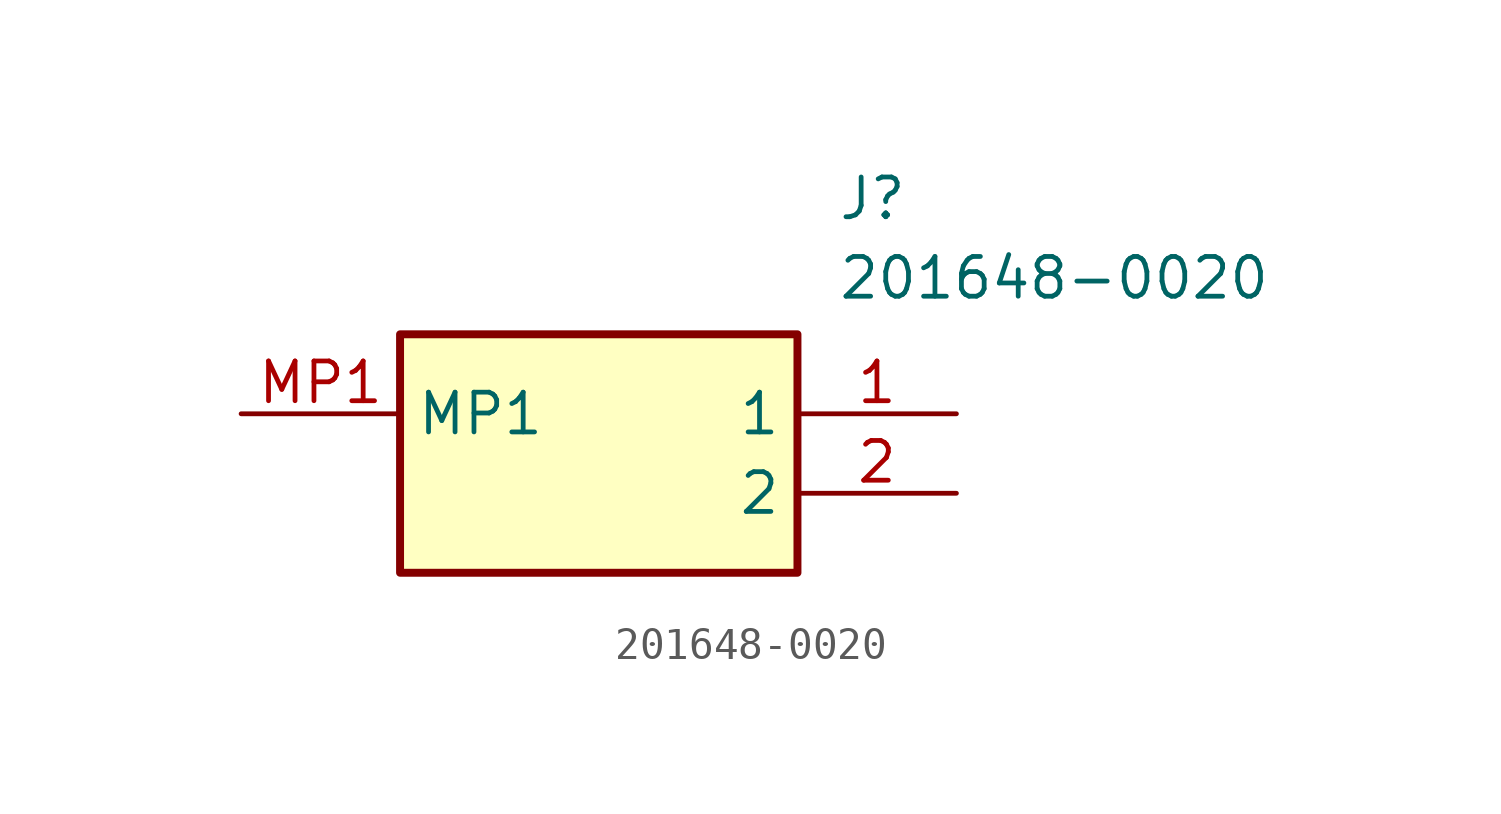
<source format=kicad_sym>
(kicad_symbol_lib
  (version 20211014)
  (generator SamacSys_ECAD_Model)
  (symbol "201648-0020"
    (property "Reference" "J"
      (at 19.05 7.62 0)
      (effects (font (size 1.27 1.27)) (justify left top)))
    (property "Value" "201648-0020"
      (at 19.05 5.08 0)
      (effects (font (size 1.27 1.27)) (justify left top)))
    (rectangle
      (start 5.08 2.54)
      (end 17.78 -5.08)
      (stroke (width 0.254) (type default))
      (fill (type background)))
    (pin passive line
      (at 22.86 0 180)
      (length 5.08)
      (name "1" (effects (font (size 1.27 1.27))))
      (number "1" (effects (font (size 1.27 1.27)))))
    (pin passive line
      (at 22.86 -2.54 180)
      (length 5.08)
      (name "2" (effects (font (size 1.27 1.27))))
      (number "2" (effects (font (size 1.27 1.27)))))
    (pin passive line
      (at 0 0 0)
      (length 5.08)
      (name "MP1" (effects (font (size 1.27 1.27))))
      (number "MP1" (effects (font (size 1.27 1.27)))))))
</source>
